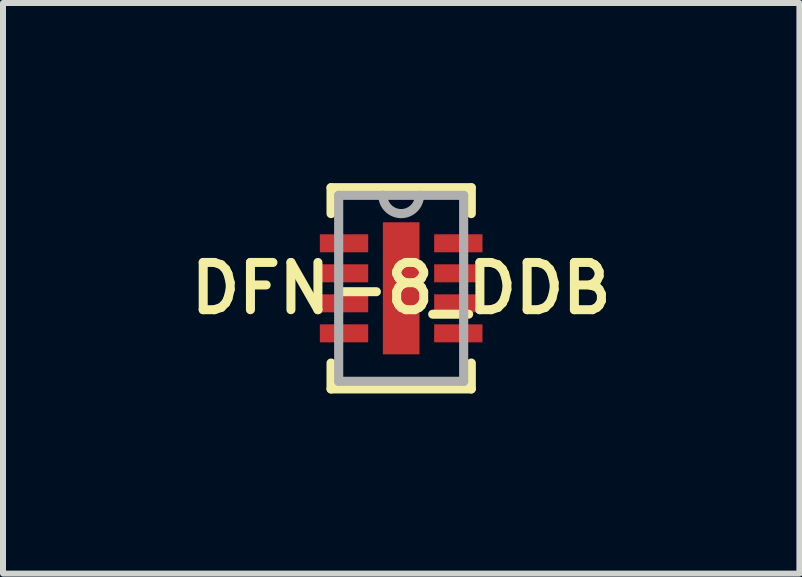
<source format=kicad_pcb>
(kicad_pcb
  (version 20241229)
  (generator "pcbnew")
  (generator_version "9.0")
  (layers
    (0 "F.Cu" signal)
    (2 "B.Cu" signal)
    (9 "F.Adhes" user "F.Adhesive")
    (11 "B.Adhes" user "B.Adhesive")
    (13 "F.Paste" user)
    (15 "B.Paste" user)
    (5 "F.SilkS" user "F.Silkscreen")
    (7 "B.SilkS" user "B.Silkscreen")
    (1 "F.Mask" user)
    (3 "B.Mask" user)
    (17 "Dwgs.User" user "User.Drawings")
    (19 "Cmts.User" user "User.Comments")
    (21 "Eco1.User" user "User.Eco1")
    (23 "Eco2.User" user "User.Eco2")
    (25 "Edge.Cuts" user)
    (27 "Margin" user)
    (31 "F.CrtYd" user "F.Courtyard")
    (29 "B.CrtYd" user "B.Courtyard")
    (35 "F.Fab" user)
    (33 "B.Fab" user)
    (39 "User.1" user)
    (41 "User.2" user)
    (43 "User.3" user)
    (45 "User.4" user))
  (footprint "DFN-8_DDB"
    (layer "F.Cu")
    (at 3.633 1.753)
    (property "Reference" "DFN-8_DDB" (at 0 0 0) (layer "F.SilkS") (effects (font (size 0.787 0.787) (thickness 0.15))))
    (attr smd)
    (fp_line (start -1.168 -1.676) (end -1.168 -1.245) (stroke (width 0.152) (type solid)) (layer "F.SilkS"))
    (fp_line (start -1.168 1.245) (end -1.168 1.676) (stroke (width 0.152) (type solid)) (layer "F.SilkS"))
    (fp_line (start -1.168 1.676) (end 1.168 1.676) (stroke (width 0.152) (type solid)) (layer "F.SilkS"))
    (fp_line (start 1.168 -1.676) (end -1.168 -1.676) (stroke (width 0.152) (type solid)) (layer "F.SilkS"))
    (fp_line (start 1.168 -1.245) (end 1.168 -1.676) (stroke (width 0.152) (type solid)) (layer "F.SilkS"))
    (fp_line (start 1.168 1.676) (end 1.168 1.245) (stroke (width 0.152) (type solid)) (layer "F.SilkS"))
    (fp_poly (pts (xy -0.305 -1.1) (xy -0.305 1.1) (xy 0.305 1.1) (xy 0.305 -1.1)) (stroke (width 0.025) (type solid)) (fill yes) (layer "F.Paste"))
    (fp_line (start -1.041 -1.549) (end -1.041 1.549) (stroke (width 0.152) (type solid)) (layer "F.Fab"))
    (fp_line (start -1.041 1.549) (end 1.041 1.549) (stroke (width 0.152) (type solid)) (layer "F.Fab"))
    (fp_line (start -0.305 -1.549) (end -1.041 -1.549) (stroke (width 0.152) (type solid)) (layer "F.Fab"))
    (fp_line (start 0.305 -1.549) (end -0.305 -1.549) (stroke (width 0.152) (type solid)) (layer "F.Fab"))
    (fp_line (start 1.041 -1.549) (end 0.305 -1.549) (stroke (width 0.152) (type solid)) (layer "F.Fab"))
    (fp_line (start 1.041 1.549) (end 1.041 -1.549) (stroke (width 0.152) (type solid)) (layer "F.Fab"))
    (fp_arc (start 0.3048 -1.5494) (mid 0 -1.2446) (end -0.3048 -1.5494) (stroke (width 0.1524) (type solid)) (layer "F.Fab"))
    (pad "1" smd rect (at -0.952 -0.75) (size 0.805 0.3) (layers "F.Cu" "F.Mask" "F.Paste"))
    (pad "2" smd rect (at -0.952 -0.25) (size 0.805 0.3) (layers "F.Cu" "F.Mask" "F.Paste"))
    (pad "3" smd rect (at -0.952 0.25) (size 0.805 0.3) (layers "F.Cu" "F.Mask" "F.Paste"))
    (pad "4" smd rect (at -0.952 0.75) (size 0.805 0.3) (layers "F.Cu" "F.Mask" "F.Paste"))
    (pad "5" smd rect (at 0.952 0.75) (size 0.805 0.3) (layers "F.Cu" "F.Mask" "F.Paste"))
    (pad "6" smd rect (at 0.952 0.25) (size 0.805 0.3) (layers "F.Cu" "F.Mask" "F.Paste"))
    (pad "7" smd rect (at 0.952 -0.25) (size 0.805 0.3) (layers "F.Cu" "F.Mask" "F.Paste"))
    (pad "8" smd rect (at 0.952 -0.75) (size 0.805 0.3) (layers "F.Cu" "F.Mask" "F.Paste"))
    (pad "9" smd rect (at 0 0) (size 0.61 2.2) (layers "F.Cu" "F.Mask")))
  (gr_rect
    (start -3 -3)
    (end 10.267 6.505)
    (stroke (width 0.1) (type default))
    (fill no)
    (layer "Edge.Cuts")))
</source>
